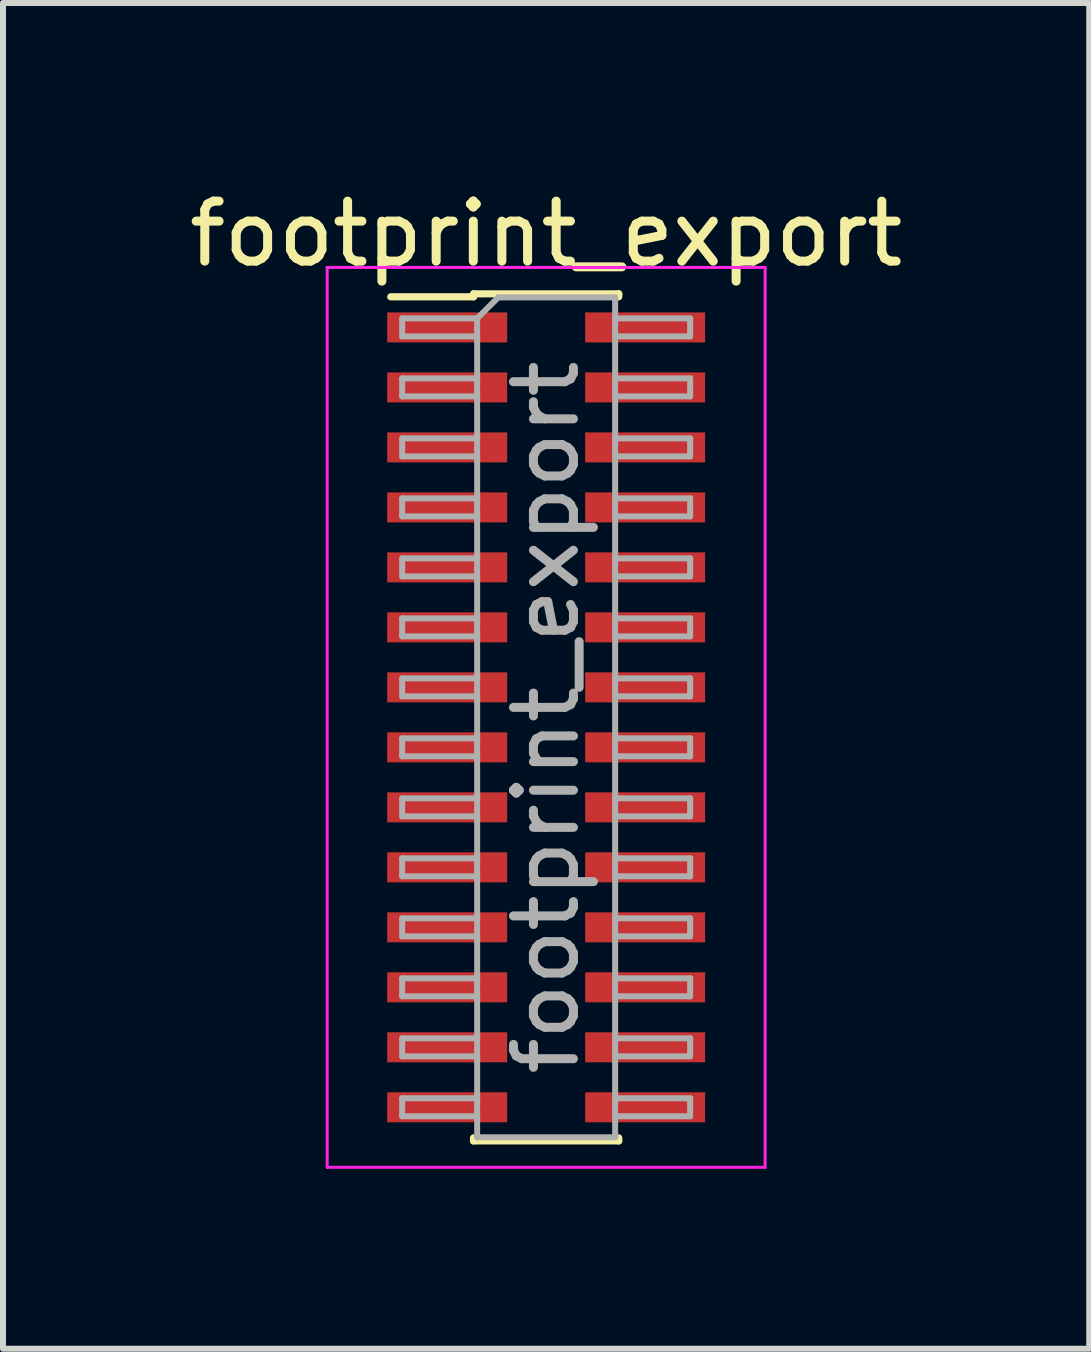
<source format=kicad_pcb>
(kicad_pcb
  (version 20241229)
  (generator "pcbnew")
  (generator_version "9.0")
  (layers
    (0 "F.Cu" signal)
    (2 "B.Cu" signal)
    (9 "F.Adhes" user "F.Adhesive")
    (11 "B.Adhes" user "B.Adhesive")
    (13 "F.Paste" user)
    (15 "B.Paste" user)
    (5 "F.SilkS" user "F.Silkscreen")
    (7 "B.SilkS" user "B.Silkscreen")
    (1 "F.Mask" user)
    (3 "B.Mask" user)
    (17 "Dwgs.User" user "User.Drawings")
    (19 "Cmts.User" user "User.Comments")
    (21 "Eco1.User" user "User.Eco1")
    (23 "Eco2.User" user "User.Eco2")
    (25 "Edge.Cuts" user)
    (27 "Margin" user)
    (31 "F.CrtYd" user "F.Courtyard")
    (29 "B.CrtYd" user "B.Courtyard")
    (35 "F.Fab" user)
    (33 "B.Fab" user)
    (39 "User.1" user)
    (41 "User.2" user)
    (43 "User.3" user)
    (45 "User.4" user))
  (footprint "footprint_export"
    (layer "F.Cu")
    (at 6.054 8.908)
    (property "Reference" "footprint_export" (at 0 -8.06 0) (layer "F.SilkS") (effects (font (size 1 1) (thickness 0.15))))
    (attr smd)
    (fp_line (start -2.59 -7.01) (end -1.21 -7.01) (stroke (width 0.12) (type solid)) (layer "F.SilkS"))
    (fp_line (start -1.21 -7.06) (end -1.21 -7.01) (stroke (width 0.12) (type solid)) (layer "F.SilkS"))
    (fp_line (start -1.21 -7.06) (end 1.21 -7.06) (stroke (width 0.12) (type solid)) (layer "F.SilkS"))
    (fp_line (start -1.21 7.01) (end -1.21 7.06) (stroke (width 0.12) (type solid)) (layer "F.SilkS"))
    (fp_line (start -1.21 7.06) (end 1.21 7.06) (stroke (width 0.12) (type solid)) (layer "F.SilkS"))
    (fp_line (start 1.21 -7.06) (end 1.21 -7.01) (stroke (width 0.12) (type solid)) (layer "F.SilkS"))
    (fp_line (start 1.21 7.01) (end 1.21 7.06) (stroke (width 0.12) (type solid)) (layer "F.SilkS"))
    (fp_line (start -3.65 -7.5) (end -3.65 7.5) (stroke (width 0.05) (type solid)) (layer "F.CrtYd"))
    (fp_line (start -3.65 7.5) (end 3.65 7.5) (stroke (width 0.05) (type solid)) (layer "F.CrtYd"))
    (fp_line (start 3.65 -7.5) (end -3.65 -7.5) (stroke (width 0.05) (type solid)) (layer "F.CrtYd"))
    (fp_line (start 3.65 7.5) (end 3.65 -7.5) (stroke (width 0.05) (type solid)) (layer "F.CrtYd"))
    (fp_line (start -2.4 -6.65) (end -2.4 -6.35) (stroke (width 0.1) (type solid)) (layer "F.Fab"))
    (fp_line (start -2.4 -6.35) (end -1.15 -6.35) (stroke (width 0.1) (type solid)) (layer "F.Fab"))
    (fp_line (start -2.4 -5.65) (end -2.4 -5.35) (stroke (width 0.1) (type solid)) (layer "F.Fab"))
    (fp_line (start -2.4 -5.35) (end -1.15 -5.35) (stroke (width 0.1) (type solid)) (layer "F.Fab"))
    (fp_line (start -2.4 -4.65) (end -2.4 -4.35) (stroke (width 0.1) (type solid)) (layer "F.Fab"))
    (fp_line (start -2.4 -4.35) (end -1.15 -4.35) (stroke (width 0.1) (type solid)) (layer "F.Fab"))
    (fp_line (start -2.4 -3.65) (end -2.4 -3.35) (stroke (width 0.1) (type solid)) (layer "F.Fab"))
    (fp_line (start -2.4 -3.35) (end -1.15 -3.35) (stroke (width 0.1) (type solid)) (layer "F.Fab"))
    (fp_line (start -2.4 -2.65) (end -2.4 -2.35) (stroke (width 0.1) (type solid)) (layer "F.Fab"))
    (fp_line (start -2.4 -2.35) (end -1.15 -2.35) (stroke (width 0.1) (type solid)) (layer "F.Fab"))
    (fp_line (start -2.4 -1.65) (end -2.4 -1.35) (stroke (width 0.1) (type solid)) (layer "F.Fab"))
    (fp_line (start -2.4 -1.35) (end -1.15 -1.35) (stroke (width 0.1) (type solid)) (layer "F.Fab"))
    (fp_line (start -2.4 -0.65) (end -2.4 -0.35) (stroke (width 0.1) (type solid)) (layer "F.Fab"))
    (fp_line (start -2.4 -0.35) (end -1.15 -0.35) (stroke (width 0.1) (type solid)) (layer "F.Fab"))
    (fp_line (start -2.4 0.35) (end -2.4 0.65) (stroke (width 0.1) (type solid)) (layer "F.Fab"))
    (fp_line (start -2.4 0.65) (end -1.15 0.65) (stroke (width 0.1) (type solid)) (layer "F.Fab"))
    (fp_line (start -2.4 1.35) (end -2.4 1.65) (stroke (width 0.1) (type solid)) (layer "F.Fab"))
    (fp_line (start -2.4 1.65) (end -1.15 1.65) (stroke (width 0.1) (type solid)) (layer "F.Fab"))
    (fp_line (start -2.4 2.35) (end -2.4 2.65) (stroke (width 0.1) (type solid)) (layer "F.Fab"))
    (fp_line (start -2.4 2.65) (end -1.15 2.65) (stroke (width 0.1) (type solid)) (layer "F.Fab"))
    (fp_line (start -2.4 3.35) (end -2.4 3.65) (stroke (width 0.1) (type solid)) (layer "F.Fab"))
    (fp_line (start -2.4 3.65) (end -1.15 3.65) (stroke (width 0.1) (type solid)) (layer "F.Fab"))
    (fp_line (start -2.4 4.35) (end -2.4 4.65) (stroke (width 0.1) (type solid)) (layer "F.Fab"))
    (fp_line (start -2.4 4.65) (end -1.15 4.65) (stroke (width 0.1) (type solid)) (layer "F.Fab"))
    (fp_line (start -2.4 5.35) (end -2.4 5.65) (stroke (width 0.1) (type solid)) (layer "F.Fab"))
    (fp_line (start -2.4 5.65) (end -1.15 5.65) (stroke (width 0.1) (type solid)) (layer "F.Fab"))
    (fp_line (start -2.4 6.35) (end -2.4 6.65) (stroke (width 0.1) (type solid)) (layer "F.Fab"))
    (fp_line (start -2.4 6.65) (end -1.15 6.65) (stroke (width 0.1) (type solid)) (layer "F.Fab"))
    (fp_line (start -1.15 -6.65) (end -2.4 -6.65) (stroke (width 0.1) (type solid)) (layer "F.Fab"))
    (fp_line (start -1.15 -6.65) (end -0.8 -7) (stroke (width 0.1) (type solid)) (layer "F.Fab"))
    (fp_line (start -1.15 -5.65) (end -2.4 -5.65) (stroke (width 0.1) (type solid)) (layer "F.Fab"))
    (fp_line (start -1.15 -4.65) (end -2.4 -4.65) (stroke (width 0.1) (type solid)) (layer "F.Fab"))
    (fp_line (start -1.15 -3.65) (end -2.4 -3.65) (stroke (width 0.1) (type solid)) (layer "F.Fab"))
    (fp_line (start -1.15 -2.65) (end -2.4 -2.65) (stroke (width 0.1) (type solid)) (layer "F.Fab"))
    (fp_line (start -1.15 -1.65) (end -2.4 -1.65) (stroke (width 0.1) (type solid)) (layer "F.Fab"))
    (fp_line (start -1.15 -0.65) (end -2.4 -0.65) (stroke (width 0.1) (type solid)) (layer "F.Fab"))
    (fp_line (start -1.15 0.35) (end -2.4 0.35) (stroke (width 0.1) (type solid)) (layer "F.Fab"))
    (fp_line (start -1.15 1.35) (end -2.4 1.35) (stroke (width 0.1) (type solid)) (layer "F.Fab"))
    (fp_line (start -1.15 2.35) (end -2.4 2.35) (stroke (width 0.1) (type solid)) (layer "F.Fab"))
    (fp_line (start -1.15 3.35) (end -2.4 3.35) (stroke (width 0.1) (type solid)) (layer "F.Fab"))
    (fp_line (start -1.15 4.35) (end -2.4 4.35) (stroke (width 0.1) (type solid)) (layer "F.Fab"))
    (fp_line (start -1.15 5.35) (end -2.4 5.35) (stroke (width 0.1) (type solid)) (layer "F.Fab"))
    (fp_line (start -1.15 6.35) (end -2.4 6.35) (stroke (width 0.1) (type solid)) (layer "F.Fab"))
    (fp_line (start -1.15 7) (end -1.15 -6.65) (stroke (width 0.1) (type solid)) (layer "F.Fab"))
    (fp_line (start -0.8 -7) (end 1.15 -7) (stroke (width 0.1) (type solid)) (layer "F.Fab"))
    (fp_line (start 1.15 -7) (end 1.15 7) (stroke (width 0.1) (type solid)) (layer "F.Fab"))
    (fp_line (start 1.15 -6.65) (end 2.4 -6.65) (stroke (width 0.1) (type solid)) (layer "F.Fab"))
    (fp_line (start 1.15 -5.65) (end 2.4 -5.65) (stroke (width 0.1) (type solid)) (layer "F.Fab"))
    (fp_line (start 1.15 -4.65) (end 2.4 -4.65) (stroke (width 0.1) (type solid)) (layer "F.Fab"))
    (fp_line (start 1.15 -3.65) (end 2.4 -3.65) (stroke (width 0.1) (type solid)) (layer "F.Fab"))
    (fp_line (start 1.15 -2.65) (end 2.4 -2.65) (stroke (width 0.1) (type solid)) (layer "F.Fab"))
    (fp_line (start 1.15 -1.65) (end 2.4 -1.65) (stroke (width 0.1) (type solid)) (layer "F.Fab"))
    (fp_line (start 1.15 -0.65) (end 2.4 -0.65) (stroke (width 0.1) (type solid)) (layer "F.Fab"))
    (fp_line (start 1.15 0.35) (end 2.4 0.35) (stroke (width 0.1) (type solid)) (layer "F.Fab"))
    (fp_line (start 1.15 1.35) (end 2.4 1.35) (stroke (width 0.1) (type solid)) (layer "F.Fab"))
    (fp_line (start 1.15 2.35) (end 2.4 2.35) (stroke (width 0.1) (type solid)) (layer "F.Fab"))
    (fp_line (start 1.15 3.35) (end 2.4 3.35) (stroke (width 0.1) (type solid)) (layer "F.Fab"))
    (fp_line (start 1.15 4.35) (end 2.4 4.35) (stroke (width 0.1) (type solid)) (layer "F.Fab"))
    (fp_line (start 1.15 5.35) (end 2.4 5.35) (stroke (width 0.1) (type solid)) (layer "F.Fab"))
    (fp_line (start 1.15 6.35) (end 2.4 6.35) (stroke (width 0.1) (type solid)) (layer "F.Fab"))
    (fp_line (start 1.15 7) (end -1.15 7) (stroke (width 0.1) (type solid)) (layer "F.Fab"))
    (fp_line (start 2.4 -6.65) (end 2.4 -6.35) (stroke (width 0.1) (type solid)) (layer "F.Fab"))
    (fp_line (start 2.4 -6.35) (end 1.15 -6.35) (stroke (width 0.1) (type solid)) (layer "F.Fab"))
    (fp_line (start 2.4 -5.65) (end 2.4 -5.35) (stroke (width 0.1) (type solid)) (layer "F.Fab"))
    (fp_line (start 2.4 -5.35) (end 1.15 -5.35) (stroke (width 0.1) (type solid)) (layer "F.Fab"))
    (fp_line (start 2.4 -4.65) (end 2.4 -4.35) (stroke (width 0.1) (type solid)) (layer "F.Fab"))
    (fp_line (start 2.4 -4.35) (end 1.15 -4.35) (stroke (width 0.1) (type solid)) (layer "F.Fab"))
    (fp_line (start 2.4 -3.65) (end 2.4 -3.35) (stroke (width 0.1) (type solid)) (layer "F.Fab"))
    (fp_line (start 2.4 -3.35) (end 1.15 -3.35) (stroke (width 0.1) (type solid)) (layer "F.Fab"))
    (fp_line (start 2.4 -2.65) (end 2.4 -2.35) (stroke (width 0.1) (type solid)) (layer "F.Fab"))
    (fp_line (start 2.4 -2.35) (end 1.15 -2.35) (stroke (width 0.1) (type solid)) (layer "F.Fab"))
    (fp_line (start 2.4 -1.65) (end 2.4 -1.35) (stroke (width 0.1) (type solid)) (layer "F.Fab"))
    (fp_line (start 2.4 -1.35) (end 1.15 -1.35) (stroke (width 0.1) (type solid)) (layer "F.Fab"))
    (fp_line (start 2.4 -0.65) (end 2.4 -0.35) (stroke (width 0.1) (type solid)) (layer "F.Fab"))
    (fp_line (start 2.4 -0.35) (end 1.15 -0.35) (stroke (width 0.1) (type solid)) (layer "F.Fab"))
    (fp_line (start 2.4 0.35) (end 2.4 0.65) (stroke (width 0.1) (type solid)) (layer "F.Fab"))
    (fp_line (start 2.4 0.65) (end 1.15 0.65) (stroke (width 0.1) (type solid)) (layer "F.Fab"))
    (fp_line (start 2.4 1.35) (end 2.4 1.65) (stroke (width 0.1) (type solid)) (layer "F.Fab"))
    (fp_line (start 2.4 1.65) (end 1.15 1.65) (stroke (width 0.1) (type solid)) (layer "F.Fab"))
    (fp_line (start 2.4 2.35) (end 2.4 2.65) (stroke (width 0.1) (type solid)) (layer "F.Fab"))
    (fp_line (start 2.4 2.65) (end 1.15 2.65) (stroke (width 0.1) (type solid)) (layer "F.Fab"))
    (fp_line (start 2.4 3.35) (end 2.4 3.65) (stroke (width 0.1) (type solid)) (layer "F.Fab"))
    (fp_line (start 2.4 3.65) (end 1.15 3.65) (stroke (width 0.1) (type solid)) (layer "F.Fab"))
    (fp_line (start 2.4 4.35) (end 2.4 4.65) (stroke (width 0.1) (type solid)) (layer "F.Fab"))
    (fp_line (start 2.4 4.65) (end 1.15 4.65) (stroke (width 0.1) (type solid)) (layer "F.Fab"))
    (fp_line (start 2.4 5.35) (end 2.4 5.65) (stroke (width 0.1) (type solid)) (layer "F.Fab"))
    (fp_line (start 2.4 5.65) (end 1.15 5.65) (stroke (width 0.1) (type solid)) (layer "F.Fab"))
    (fp_line (start 2.4 6.35) (end 2.4 6.65) (stroke (width 0.1) (type solid)) (layer "F.Fab"))
    (fp_line (start 2.4 6.65) (end 1.15 6.65) (stroke (width 0.1) (type solid)) (layer "F.Fab"))
    (fp_text user "${REFERENCE}" (at 0 0 90) (layer "F.Fab") (effects (font (size 1 1) (thickness 0.15))))
    (pad "1" smd rect (at -1.65 -6.5) (size 2 0.5) (layers "F.Cu" "F.Mask" "F.Paste"))
    (pad "2" smd rect (at 1.65 -6.5) (size 2 0.5) (layers "F.Cu" "F.Mask" "F.Paste"))
    (pad "3" smd rect (at -1.65 -5.5) (size 2 0.5) (layers "F.Cu" "F.Mask" "F.Paste"))
    (pad "4" smd rect (at 1.65 -5.5) (size 2 0.5) (layers "F.Cu" "F.Mask" "F.Paste"))
    (pad "5" smd rect (at -1.65 -4.5) (size 2 0.5) (layers "F.Cu" "F.Mask" "F.Paste"))
    (pad "6" smd rect (at 1.65 -4.5) (size 2 0.5) (layers "F.Cu" "F.Mask" "F.Paste"))
    (pad "7" smd rect (at -1.65 -3.5) (size 2 0.5) (layers "F.Cu" "F.Mask" "F.Paste"))
    (pad "8" smd rect (at 1.65 -3.5) (size 2 0.5) (layers "F.Cu" "F.Mask" "F.Paste"))
    (pad "9" smd rect (at -1.65 -2.5) (size 2 0.5) (layers "F.Cu" "F.Mask" "F.Paste"))
    (pad "10" smd rect (at 1.65 -2.5) (size 2 0.5) (layers "F.Cu" "F.Mask" "F.Paste"))
    (pad "11" smd rect (at -1.65 -1.5) (size 2 0.5) (layers "F.Cu" "F.Mask" "F.Paste"))
    (pad "12" smd rect (at 1.65 -1.5) (size 2 0.5) (layers "F.Cu" "F.Mask" "F.Paste"))
    (pad "13" smd rect (at -1.65 -0.5) (size 2 0.5) (layers "F.Cu" "F.Mask" "F.Paste"))
    (pad "14" smd rect (at 1.65 -0.5) (size 2 0.5) (layers "F.Cu" "F.Mask" "F.Paste"))
    (pad "15" smd rect (at -1.65 0.5) (size 2 0.5) (layers "F.Cu" "F.Mask" "F.Paste"))
    (pad "16" smd rect (at 1.65 0.5) (size 2 0.5) (layers "F.Cu" "F.Mask" "F.Paste"))
    (pad "17" smd rect (at -1.65 1.5) (size 2 0.5) (layers "F.Cu" "F.Mask" "F.Paste"))
    (pad "18" smd rect (at 1.65 1.5) (size 2 0.5) (layers "F.Cu" "F.Mask" "F.Paste"))
    (pad "19" smd rect (at -1.65 2.5) (size 2 0.5) (layers "F.Cu" "F.Mask" "F.Paste"))
    (pad "20" smd rect (at 1.65 2.5) (size 2 0.5) (layers "F.Cu" "F.Mask" "F.Paste"))
    (pad "21" smd rect (at -1.65 3.5) (size 2 0.5) (layers "F.Cu" "F.Mask" "F.Paste"))
    (pad "22" smd rect (at 1.65 3.5) (size 2 0.5) (layers "F.Cu" "F.Mask" "F.Paste"))
    (pad "23" smd rect (at -1.65 4.5) (size 2 0.5) (layers "F.Cu" "F.Mask" "F.Paste"))
    (pad "24" smd rect (at 1.65 4.5) (size 2 0.5) (layers "F.Cu" "F.Mask" "F.Paste"))
    (pad "25" smd rect (at -1.65 5.5) (size 2 0.5) (layers "F.Cu" "F.Mask" "F.Paste"))
    (pad "26" smd rect (at 1.65 5.5) (size 2 0.5) (layers "F.Cu" "F.Mask" "F.Paste"))
    (pad "27" smd rect (at -1.65 6.5) (size 2 0.5) (layers "F.Cu" "F.Mask" "F.Paste"))
    (pad "28" smd rect (at 1.65 6.5) (size 2 0.5) (layers "F.Cu" "F.Mask" "F.Paste")))
  (gr_rect
    (start -3 -3)
    (end 15.107 19.433)
    (stroke (width 0.1) (type default))
    (fill no)
    (layer "Edge.Cuts")))
</source>
